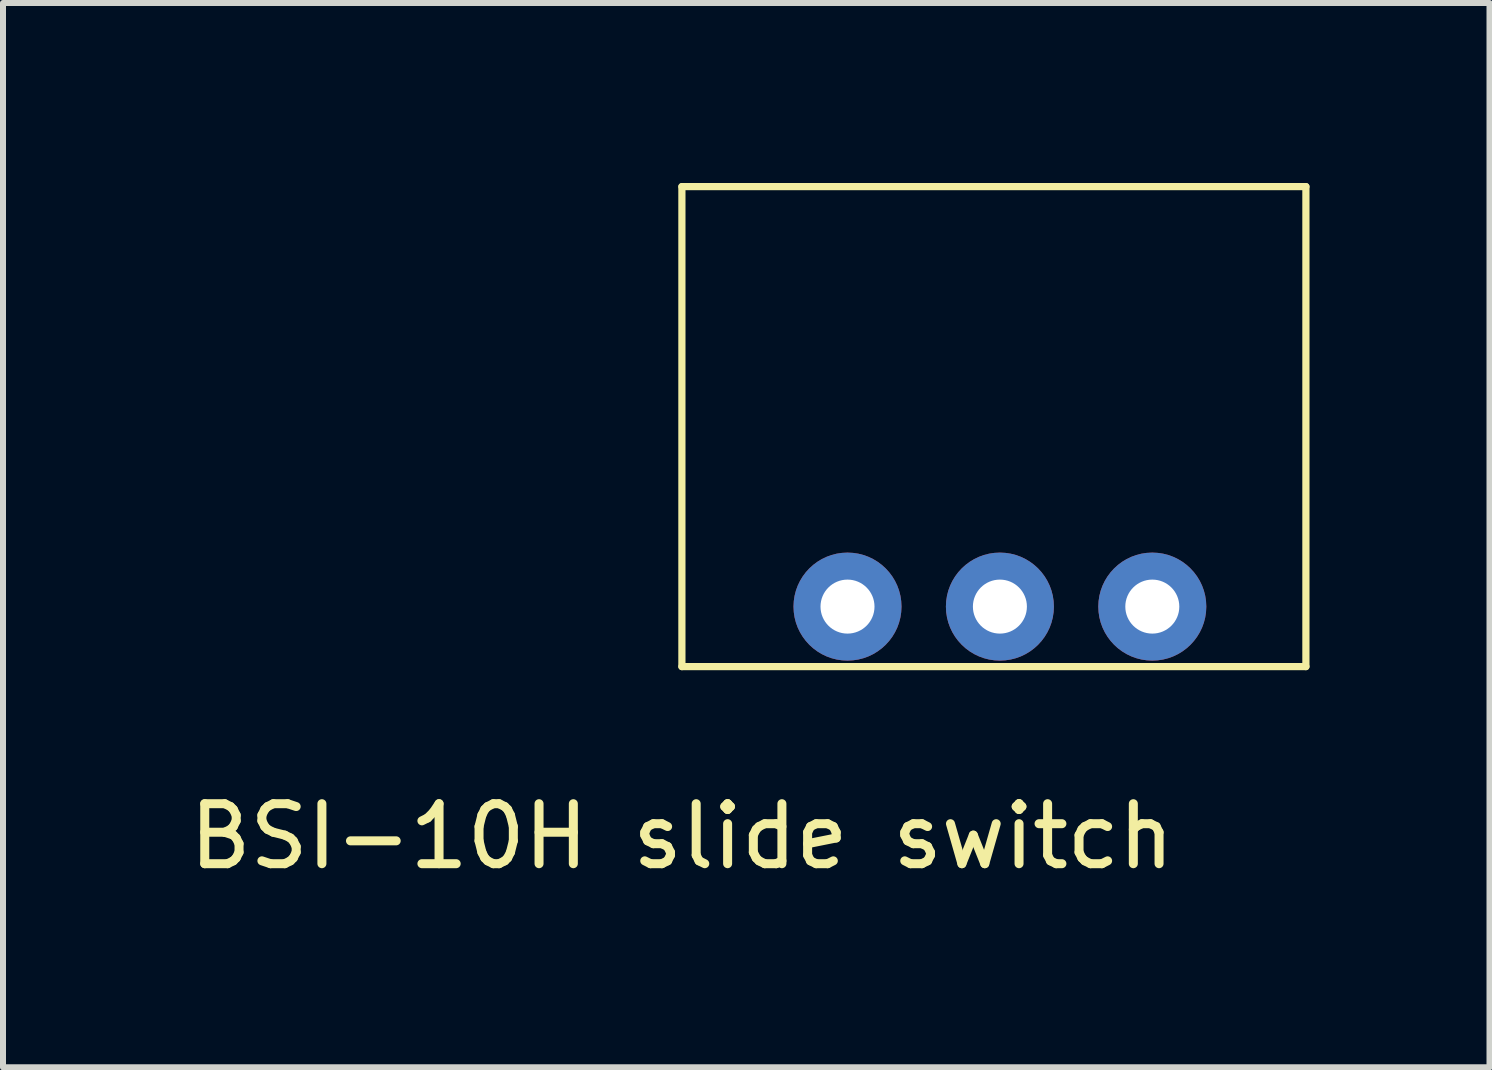
<source format=kicad_pcb>
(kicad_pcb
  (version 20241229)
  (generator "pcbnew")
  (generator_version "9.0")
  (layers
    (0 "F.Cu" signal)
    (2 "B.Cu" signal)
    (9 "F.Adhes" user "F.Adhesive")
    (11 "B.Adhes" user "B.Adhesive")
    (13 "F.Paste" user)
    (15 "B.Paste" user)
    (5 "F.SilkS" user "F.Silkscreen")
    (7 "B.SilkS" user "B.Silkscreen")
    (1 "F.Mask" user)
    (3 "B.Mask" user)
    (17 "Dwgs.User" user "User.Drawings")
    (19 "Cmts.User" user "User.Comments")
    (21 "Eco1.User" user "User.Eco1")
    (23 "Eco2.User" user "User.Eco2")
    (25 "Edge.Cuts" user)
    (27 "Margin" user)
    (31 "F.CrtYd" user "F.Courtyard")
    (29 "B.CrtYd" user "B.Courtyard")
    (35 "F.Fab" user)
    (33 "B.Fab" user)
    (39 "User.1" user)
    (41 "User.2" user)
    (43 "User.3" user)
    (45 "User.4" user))
  (footprint "BSI-10H slide switch"
    (layer "F.Cu")
    (at 8.315 8.06)
    (property "Reference" "BSI-10H slide switch" (at 0 2.83 0) (layer "F.SilkS") (effects (font (size 1 1) (thickness 0.15))))
    (attr through_hole)
    (fp_line (start 0 -8) (end 0 0) (stroke (width 0.12) (type solid)) (layer "F.SilkS"))
    (fp_line (start 0 0) (end 10.4 0) (stroke (width 0.12) (type solid)) (layer "F.SilkS"))
    (fp_line (start 10.4 -8) (end 0 -8) (stroke (width 0.12) (type solid)) (layer "F.SilkS"))
    (fp_line (start 10.4 0) (end 10.4 -8) (stroke (width 0.12) (type solid)) (layer "F.SilkS"))
    (pad "1" thru_hole circle (at 2.76 -1) (size 1.8 1.8) (drill 0.9) (layers "*.Cu" "*.Mask"))
    (pad "2" thru_hole circle (at 5.3 -1) (size 1.8 1.8) (drill 0.9) (layers "*.Cu" "*.Mask"))
    (pad "3" thru_hole circle (at 7.84 -1) (size 1.8 1.8) (drill 0.9) (layers "*.Cu" "*.Mask")))
  (gr_rect
    (start -3 -3)
    (end 21.775 14.738)
    (stroke (width 0.1) (type default))
    (fill no)
    (layer "Edge.Cuts")))
</source>
